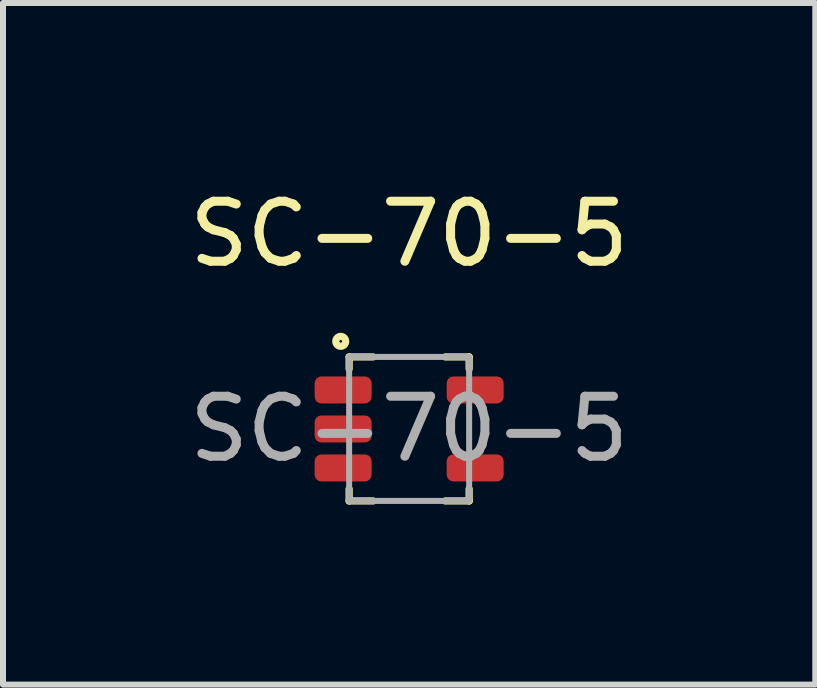
<source format=kicad_pcb>
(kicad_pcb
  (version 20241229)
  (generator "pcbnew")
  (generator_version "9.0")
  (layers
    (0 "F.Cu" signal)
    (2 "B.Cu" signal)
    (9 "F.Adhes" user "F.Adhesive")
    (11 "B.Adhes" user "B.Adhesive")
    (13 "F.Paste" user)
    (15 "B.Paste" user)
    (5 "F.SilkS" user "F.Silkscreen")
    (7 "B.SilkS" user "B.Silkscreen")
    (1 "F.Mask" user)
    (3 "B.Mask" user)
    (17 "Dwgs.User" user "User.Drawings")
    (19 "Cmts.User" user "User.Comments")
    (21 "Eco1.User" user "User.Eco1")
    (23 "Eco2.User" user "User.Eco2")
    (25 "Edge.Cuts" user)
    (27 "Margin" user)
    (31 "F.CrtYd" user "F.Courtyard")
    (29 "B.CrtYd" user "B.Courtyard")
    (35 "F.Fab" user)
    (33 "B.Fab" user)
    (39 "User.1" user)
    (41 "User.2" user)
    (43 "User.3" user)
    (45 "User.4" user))
  (footprint "SC-70-5"
    (layer "F.Cu")
    (at 3.768 4.098)
    (property "Reference" "SC-70-5" (at 0 -3.25 0) (unlocked yes) (layer "F.SilkS") (effects (font (size 1 1) (thickness 0.15))))
    (attr smd)
    (fp_line (start -1 -1.2) (end -0.6 -1.2) (stroke (width 0.12) (type default)) (layer "F.SilkS"))
    (fp_line (start -1 -1) (end -1 -1.2) (stroke (width 0.12) (type default)) (layer "F.SilkS"))
    (fp_line (start -1 1) (end -1 1.2) (stroke (width 0.12) (type default)) (layer "F.SilkS"))
    (fp_line (start -1 1.2) (end -0.6 1.2) (stroke (width 0.12) (type default)) (layer "F.SilkS"))
    (fp_line (start 1 -1.2) (end 0.6 -1.2) (stroke (width 0.12) (type default)) (layer "F.SilkS"))
    (fp_line (start 1 -1) (end 1 -1.2) (stroke (width 0.12) (type default)) (layer "F.SilkS"))
    (fp_line (start 1 1) (end 1 1.2) (stroke (width 0.12) (type default)) (layer "F.SilkS"))
    (fp_line (start 1 1.2) (end 0.6 1.2) (stroke (width 0.12) (type default)) (layer "F.SilkS"))
    (fp_circle (center -1.14 -1.46) (end -1.12 -1.47) (stroke (width 0.12) (type default)) (fill no) (layer "F.SilkS"))
    (fp_rect (start -1 -1.2) (end 1 1.2) (stroke (width 0.1) (type default)) (fill no) (layer "F.Fab"))
    (fp_text user "${REFERENCE}" (at 0 0 0) (unlocked yes) (layer "F.Fab") (effects (font (size 1 1) (thickness 0.15))))
    (pad "1" smd roundrect (at -1.1 -0.65) (size 0.95 0.45) (layers "F.Cu" "F.Mask" "F.Paste") (roundrect_rratio 0.25))
    (pad "2" smd roundrect (at -1.1 0) (size 0.95 0.45) (layers "F.Cu" "F.Mask" "F.Paste") (roundrect_rratio 0.25))
    (pad "3" smd roundrect (at -1.1 0.65) (size 0.95 0.45) (layers "F.Cu" "F.Mask" "F.Paste") (roundrect_rratio 0.25))
    (pad "4" smd roundrect (at 1.1 0.65) (size 0.95 0.45) (layers "F.Cu" "F.Mask" "F.Paste") (roundrect_rratio 0.25))
    (pad "5" smd roundrect (at 1.1 -0.65) (size 0.95 0.45) (layers "F.Cu" "F.Mask" "F.Paste") (roundrect_rratio 0.25)))
  (gr_rect
    (start -3 -3)
    (end 10.536 8.358)
    (stroke (width 0.1) (type default))
    (fill no)
    (layer "Edge.Cuts")))
</source>
